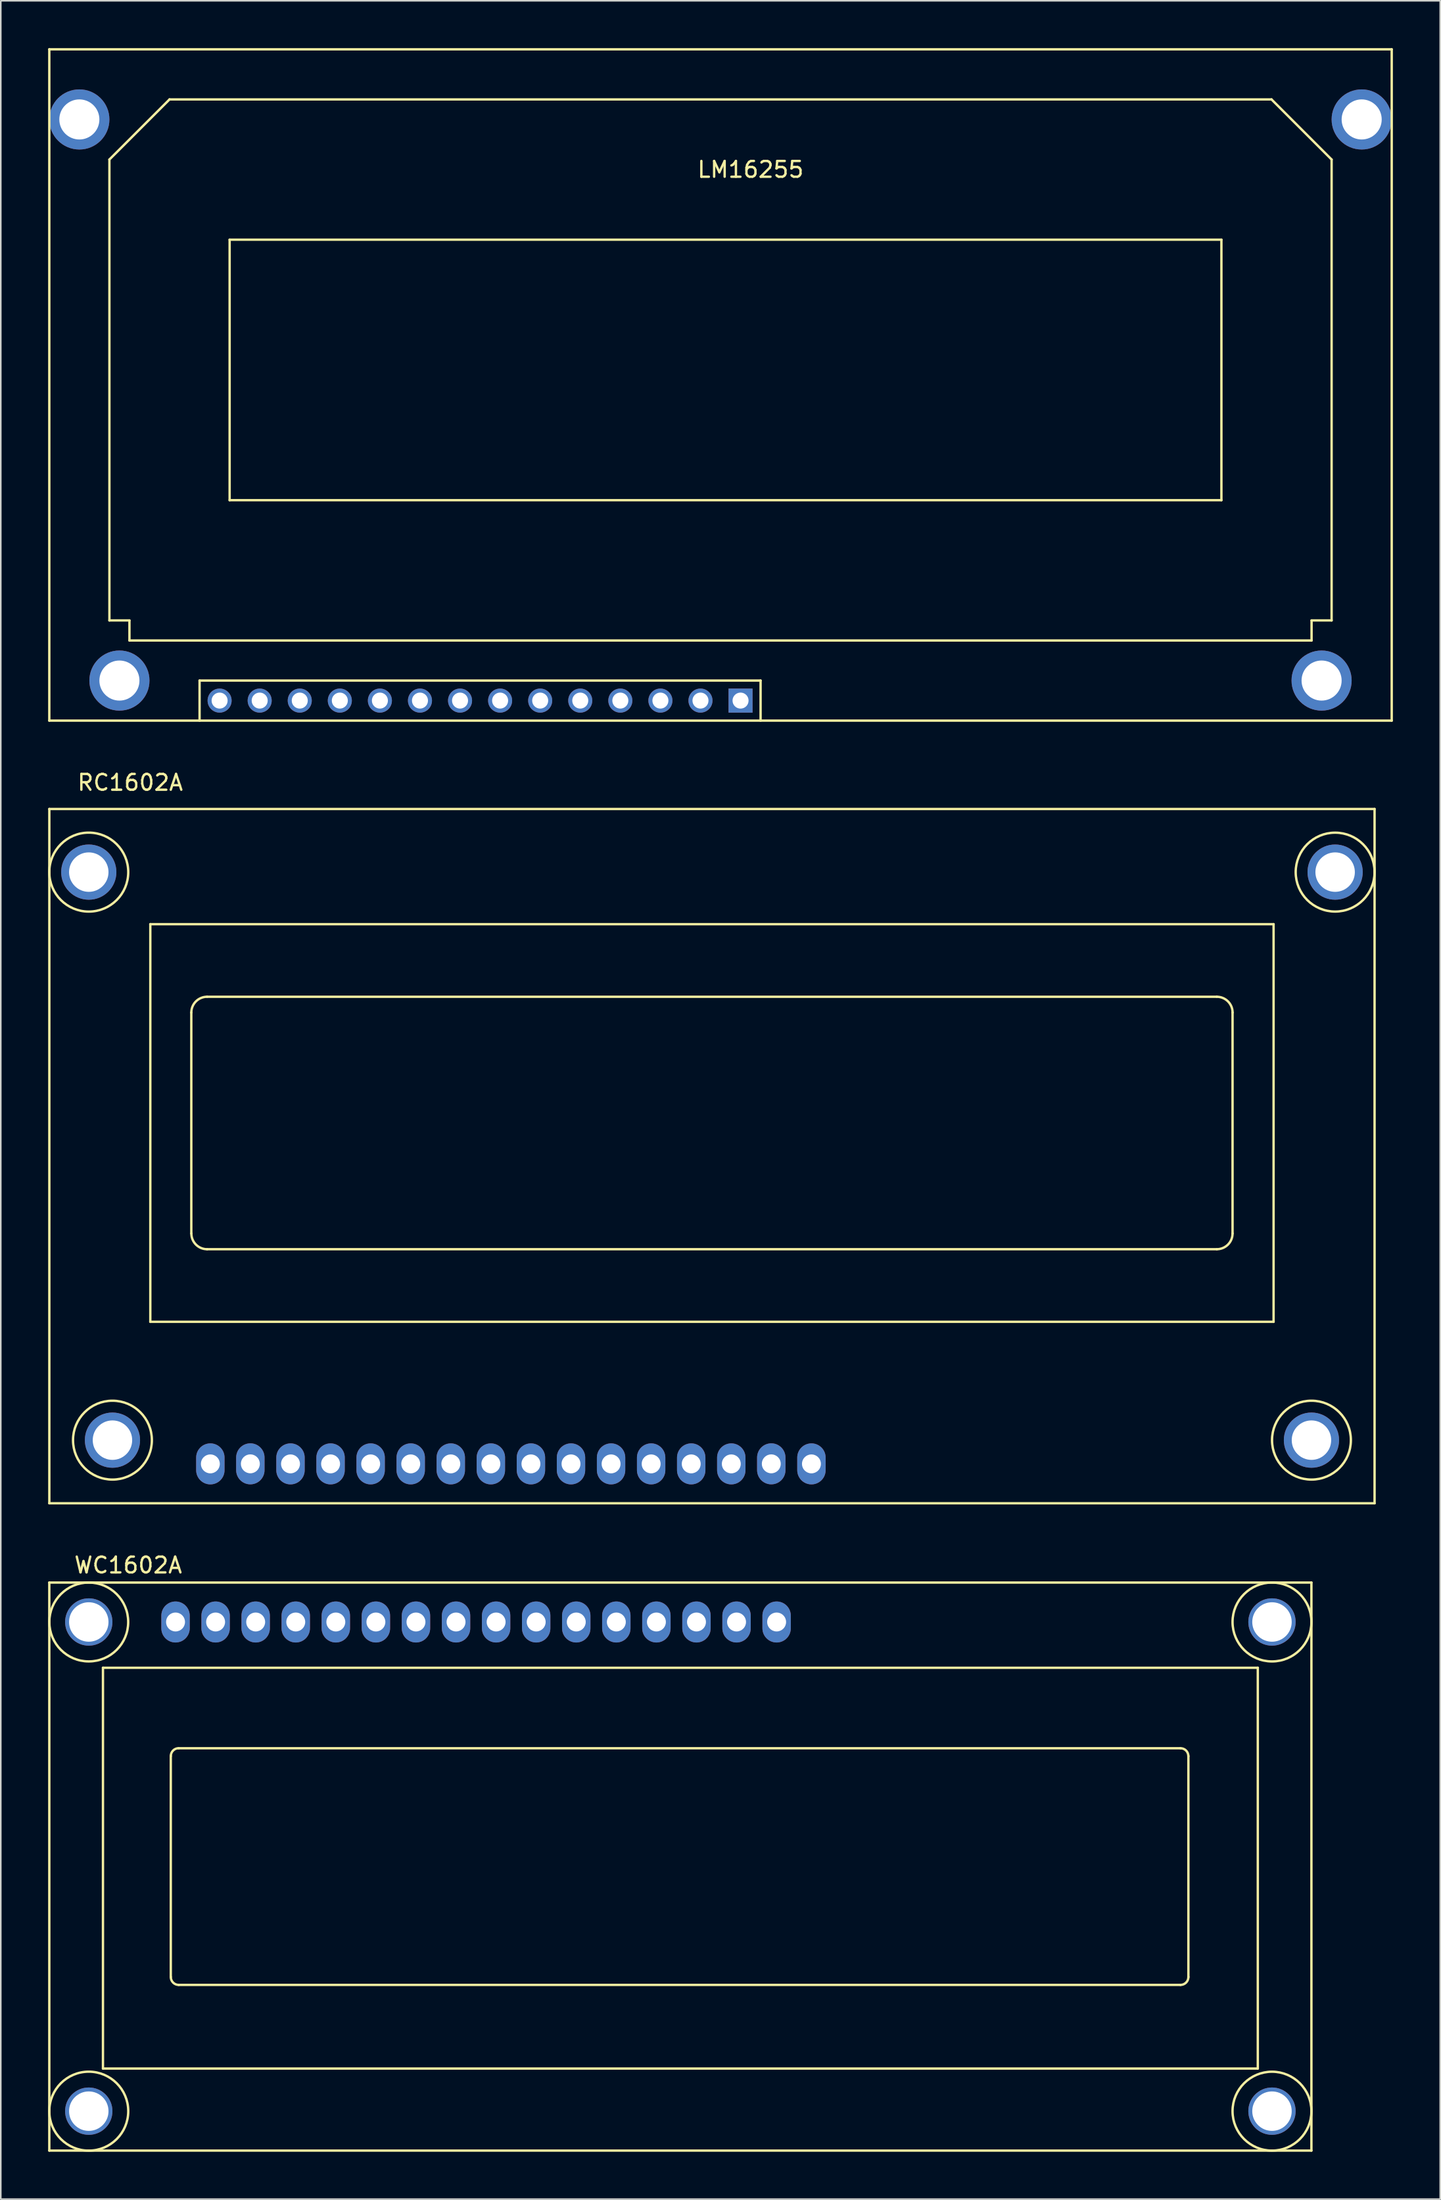
<source format=kicad_pcb>
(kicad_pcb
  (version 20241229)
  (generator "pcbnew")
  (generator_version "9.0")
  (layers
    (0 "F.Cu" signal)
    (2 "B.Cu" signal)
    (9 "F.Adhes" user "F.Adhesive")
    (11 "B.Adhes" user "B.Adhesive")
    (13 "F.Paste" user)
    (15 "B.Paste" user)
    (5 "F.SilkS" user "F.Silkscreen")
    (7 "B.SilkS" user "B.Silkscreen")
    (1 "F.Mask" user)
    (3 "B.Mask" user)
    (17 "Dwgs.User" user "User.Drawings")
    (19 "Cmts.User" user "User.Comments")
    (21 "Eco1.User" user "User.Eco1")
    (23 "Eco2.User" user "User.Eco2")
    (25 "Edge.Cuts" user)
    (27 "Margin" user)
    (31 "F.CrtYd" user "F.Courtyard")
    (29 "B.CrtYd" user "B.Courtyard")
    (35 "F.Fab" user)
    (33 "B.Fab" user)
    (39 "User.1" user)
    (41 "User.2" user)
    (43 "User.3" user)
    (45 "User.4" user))
  (footprint "WC1602A"
    (layer "F.Cu")
    (at 8.076 99.743)
    (property "Reference" "WC1602A" (at -3 -3.599 0) (layer "F.SilkS") (effects (font (size 1 1) (thickness 0.15))))
    (attr through_hole)
    (fp_line (start -8.001 -2.499) (end 71.999 -2.499) (stroke (width 0.15) (type solid)) (layer "F.SilkS"))
    (fp_line (start -8.001 33.5) (end -8.001 -2.499) (stroke (width 0.15) (type solid)) (layer "F.SilkS"))
    (fp_line (start -4.6 2.901) (end 68.6 2.901) (stroke (width 0.15) (type solid)) (layer "F.SilkS"))
    (fp_line (start -4.6 28.301) (end -4.6 2.901) (stroke (width 0.15) (type solid)) (layer "F.SilkS"))
    (fp_line (start -0.3 22.499) (end -0.3 8.499) (stroke (width 0.15) (type solid)) (layer "F.SilkS"))
    (fp_line (start 0.201 8.001) (end 63.701 8.001) (stroke (width 0.15) (type solid)) (layer "F.SilkS"))
    (fp_line (start 63.701 23) (end 0.201 23) (stroke (width 0.15) (type solid)) (layer "F.SilkS"))
    (fp_line (start 64.201 8.499) (end 64.201 22.499) (stroke (width 0.15) (type solid)) (layer "F.SilkS"))
    (fp_line (start 68.6 2.901) (end 68.6 28.301) (stroke (width 0.15) (type solid)) (layer "F.SilkS"))
    (fp_line (start 68.6 28.301) (end -4.6 28.301) (stroke (width 0.15) (type solid)) (layer "F.SilkS"))
    (fp_line (start 71.999 -2.499) (end 71.999 33.5) (stroke (width 0.15) (type solid)) (layer "F.SilkS"))
    (fp_line (start 71.999 33.5) (end -8.001 33.5) (stroke (width 0.15) (type solid)) (layer "F.SilkS"))
    (fp_arc (start -0.29972 8.49884) (mid -0.153162 8.145018) (end 0.20066 7.99846) (stroke (width 0.15) (type solid)) (layer "F.SilkS"))
    (fp_arc (start 0.20066 22.9997) (mid -0.153162 22.853142) (end -0.29972 22.49932) (stroke (width 0.15) (type solid)) (layer "F.SilkS"))
    (fp_arc (start 63.70066 8.001) (mid 64.052686 8.146814) (end 64.1985 8.49884) (stroke (width 0.15) (type solid)) (layer "F.SilkS"))
    (fp_arc (start 64.20104 22.49932) (mid 64.054482 22.853142) (end 63.70066 22.9997) (stroke (width 0.15) (type solid)) (layer "F.SilkS"))
    (fp_circle (center -5.499 0) (end -3 0) (stroke (width 0.15) (type solid)) (fill no) (layer "F.SilkS"))
    (fp_circle (center -5.499 31.001) (end -8.001 31.001) (stroke (width 0.15) (type solid)) (fill no) (layer "F.SilkS"))
    (fp_circle (center 69.499 0) (end 71.999 0) (stroke (width 0.15) (type solid)) (fill no) (layer "F.SilkS"))
    (fp_circle (center 69.499 31.001) (end 71.999 31.001) (stroke (width 0.15) (type solid)) (fill no) (layer "F.SilkS"))
    (pad "0" thru_hole circle (at -5.499 0) (size 3 3) (drill 2.5) (layers "*.Cu" "*.Mask"))
    (pad "0" thru_hole circle (at -5.499 31.001) (size 3 3) (drill 2.5) (layers "*.Cu" "*.Mask"))
    (pad "0" thru_hole circle (at 69.499 0) (size 3 3) (drill 2.5) (layers "*.Cu" "*.Mask"))
    (pad "0" thru_hole circle (at 69.499 31.001) (size 3 3) (drill 2.5) (layers "*.Cu" "*.Mask"))
    (pad "1" thru_hole oval (at 0 0) (size 1.8 2.6) (drill 1.2) (layers "*.Cu" "*.Mask"))
    (pad "2" thru_hole oval (at 2.54 0) (size 1.8 2.6) (drill 1.2) (layers "*.Cu" "*.Mask"))
    (pad "3" thru_hole oval (at 5.08 0) (size 1.8 2.6) (drill 1.2) (layers "*.Cu" "*.Mask"))
    (pad "4" thru_hole oval (at 7.62 0) (size 1.8 2.6) (drill 1.2) (layers "*.Cu" "*.Mask"))
    (pad "5" thru_hole oval (at 10.16 0) (size 1.8 2.6) (drill 1.2) (layers "*.Cu" "*.Mask"))
    (pad "6" thru_hole oval (at 12.7 0) (size 1.8 2.6) (drill 1.2) (layers "*.Cu" "*.Mask"))
    (pad "7" thru_hole oval (at 15.24 0) (size 1.8 2.6) (drill 1.2) (layers "*.Cu" "*.Mask"))
    (pad "8" thru_hole oval (at 17.78 0) (size 1.8 2.6) (drill 1.2) (layers "*.Cu" "*.Mask"))
    (pad "9" thru_hole oval (at 20.32 0) (size 1.8 2.6) (drill 1.2) (layers "*.Cu" "*.Mask"))
    (pad "10" thru_hole oval (at 22.86 0) (size 1.8 2.6) (drill 1.2) (layers "*.Cu" "*.Mask"))
    (pad "11" thru_hole oval (at 25.4 0) (size 1.8 2.6) (drill 1.2) (layers "*.Cu" "*.Mask"))
    (pad "12" thru_hole oval (at 27.94 0) (size 1.8 2.6) (drill 1.2) (layers "*.Cu" "*.Mask"))
    (pad "13" thru_hole oval (at 30.48 0) (size 1.8 2.6) (drill 1.2) (layers "*.Cu" "*.Mask"))
    (pad "14" thru_hole oval (at 33.02 0) (size 1.8 2.6) (drill 1.2) (layers "*.Cu" "*.Mask"))
    (pad "15" thru_hole oval (at 35.56 0) (size 1.8 2.6) (drill 1.2) (layers "*.Cu" "*.Mask"))
    (pad "16" thru_hole oval (at 38.1 0) (size 1.8 2.6) (drill 1.2) (layers "*.Cu" "*.Mask")))
  (footprint "RC1602A"
    (layer "F.Cu")
    (at 43.303 89.723)
    (property "Reference" "RC1602A" (at -38.1 -43.18 0) (layer "F.SilkS") (effects (font (size 1 1) (thickness 0.15))))
    (attr through_hole)
    (fp_line (start -43.226 -41.504) (end -43.226 2.497) (stroke (width 0.15) (type solid)) (layer "F.SilkS"))
    (fp_line (start -36.825 -34.204) (end 34.374 -34.204) (stroke (width 0.15) (type solid)) (layer "F.SilkS"))
    (fp_line (start -36.825 -9.004) (end -36.825 -34.204) (stroke (width 0.15) (type solid)) (layer "F.SilkS"))
    (fp_line (start -34.227 -14.602) (end -34.227 -28.603) (stroke (width 0.15) (type solid)) (layer "F.SilkS"))
    (fp_line (start -33.226 -29.604) (end 30.775 -29.604) (stroke (width 0.15) (type solid)) (layer "F.SilkS"))
    (fp_line (start 30.775 -13.604) (end -33.226 -13.604) (stroke (width 0.15) (type solid)) (layer "F.SilkS"))
    (fp_line (start 31.773 -28.603) (end 31.773 -14.602) (stroke (width 0.15) (type solid)) (layer "F.SilkS"))
    (fp_line (start 34.374 -34.204) (end 34.374 -9.004) (stroke (width 0.15) (type solid)) (layer "F.SilkS"))
    (fp_line (start 34.374 -9.004) (end -36.825 -9.004) (stroke (width 0.15) (type solid)) (layer "F.SilkS"))
    (fp_line (start 40.775 -41.504) (end -43.226 -41.504) (stroke (width 0.15) (type solid)) (layer "F.SilkS"))
    (fp_line (start 40.775 -41.504) (end 40.775 2.497) (stroke (width 0.15) (type solid)) (layer "F.SilkS"))
    (fp_line (start 40.775 2.497) (end -43.226 2.497) (stroke (width 0.15) (type solid)) (layer "F.SilkS"))
    (fp_arc (start -34.2265 -28.60294) (mid -33.933384 -29.310584) (end -33.22574 -29.6037) (stroke (width 0.15) (type solid)) (layer "F.SilkS"))
    (fp_arc (start -33.22574 -13.60424) (mid -33.931588 -13.896612) (end -34.22396 -14.60246) (stroke (width 0.15) (type solid)) (layer "F.SilkS"))
    (fp_arc (start 30.77464 -29.6037) (mid 31.482284 -29.310584) (end 31.7754 -28.60294) (stroke (width 0.15) (type solid)) (layer "F.SilkS"))
    (fp_arc (start 31.77286 -14.60246) (mid 31.480488 -13.896612) (end 30.77464 -13.60424) (stroke (width 0.15) (type solid)) (layer "F.SilkS"))
    (fp_circle (center -40.726 -37.503) (end -38.224 -37.503) (stroke (width 0.15) (type solid)) (fill no) (layer "F.SilkS"))
    (fp_circle (center -39.225 -1.504) (end -36.726 -1.504) (stroke (width 0.15) (type solid)) (fill no) (layer "F.SilkS"))
    (fp_circle (center 36.774 -1.504) (end 39.273 -1.504) (stroke (width 0.15) (type solid)) (fill no) (layer "F.SilkS"))
    (fp_circle (center 38.275 -37.503) (end 40.775 -37.503) (stroke (width 0.15) (type solid)) (fill no) (layer "F.SilkS"))
    (pad "0" thru_hole circle (at -40.726 -37.503) (size 3.5 3.5) (drill 2.5) (layers "*.Cu" "*.Mask"))
    (pad "0" thru_hole circle (at -39.225 -1.504) (size 3.5 3.5) (drill 2.5) (layers "*.Cu" "*.Mask"))
    (pad "0" thru_hole circle (at 36.774 -1.504) (size 3.5 3.5) (drill 2.5) (layers "*.Cu" "*.Mask"))
    (pad "0" thru_hole circle (at 38.275 -37.503) (size 3.5 3.5) (drill 2.5) (layers "*.Cu" "*.Mask"))
    (pad "1" thru_hole oval (at 0 0) (size 1.8 2.6) (drill 1.2) (layers "*.Cu" "*.Mask"))
    (pad "2" thru_hole oval (at -2.54 0) (size 1.8 2.6) (drill 1.2) (layers "*.Cu" "*.Mask"))
    (pad "3" thru_hole oval (at -5.08 0) (size 1.8 2.6) (drill 1.2) (layers "*.Cu" "*.Mask"))
    (pad "4" thru_hole oval (at -7.62 0) (size 1.8 2.6) (drill 1.2) (layers "*.Cu" "*.Mask"))
    (pad "5" thru_hole oval (at -10.16 0) (size 1.8 2.6) (drill 1.2) (layers "*.Cu" "*.Mask"))
    (pad "6" thru_hole oval (at -12.7 0) (size 1.8 2.6) (drill 1.2) (layers "*.Cu" "*.Mask"))
    (pad "7" thru_hole oval (at -15.24 0) (size 1.8 2.6) (drill 1.2) (layers "*.Cu" "*.Mask"))
    (pad "8" thru_hole oval (at -17.78 0) (size 1.8 2.6) (drill 1.2) (layers "*.Cu" "*.Mask"))
    (pad "9" thru_hole oval (at -20.32 0) (size 1.8 2.6) (drill 1.2) (layers "*.Cu" "*.Mask"))
    (pad "10" thru_hole oval (at -22.86 0) (size 1.8 2.6) (drill 1.2) (layers "*.Cu" "*.Mask"))
    (pad "11" thru_hole oval (at -25.4 0) (size 1.8 2.6) (drill 1.2) (layers "*.Cu" "*.Mask"))
    (pad "12" thru_hole oval (at -27.94 0) (size 1.8 2.6) (drill 1.2) (layers "*.Cu" "*.Mask"))
    (pad "13" thru_hole oval (at -30.485 -0.003) (size 1.8 2.6) (drill 1.2) (layers "*.Cu" "*.Mask"))
    (pad "14" thru_hole oval (at -33.02 0) (size 1.8 2.6) (drill 1.2) (layers "*.Cu" "*.Mask"))
    (pad "15" thru_hole oval (at 5.08 0) (size 1.8 2.6) (drill 1.2) (layers "*.Cu" "*.Mask"))
    (pad "16" thru_hole oval (at 2.535 -0.003) (size 1.8 2.6) (drill 1.2) (layers "*.Cu" "*.Mask")))
  (footprint "LM16255"
    (layer "F.Cu")
    (at 27.38 41.35)
    (property "Reference" "LM16255" (at 17.145 -33.655 0) (layer "F.SilkS") (effects (font (size 1 1) (thickness 0.15))))
    (attr through_hole)
    (fp_line (start -27.305 -41.275) (end 57.785 -41.275) (stroke (width 0.15) (type solid)) (layer "F.SilkS"))
    (fp_line (start -27.305 1.27) (end -27.305 -41.275) (stroke (width 0.15) (type solid)) (layer "F.SilkS"))
    (fp_line (start -23.495 -34.29) (end -19.685 -38.1) (stroke (width 0.15) (type solid)) (layer "F.SilkS"))
    (fp_line (start -23.495 -5.08) (end -23.495 -34.29) (stroke (width 0.15) (type solid)) (layer "F.SilkS"))
    (fp_line (start -22.225 -5.08) (end -23.495 -5.08) (stroke (width 0.15) (type solid)) (layer "F.SilkS"))
    (fp_line (start -22.225 -3.81) (end -22.225 -5.08) (stroke (width 0.15) (type solid)) (layer "F.SilkS"))
    (fp_line (start -19.685 -38.1) (end 50.165 -38.1) (stroke (width 0.15) (type solid)) (layer "F.SilkS"))
    (fp_line (start -17.78 -1.27) (end 17.78 -1.27) (stroke (width 0.15) (type solid)) (layer "F.SilkS"))
    (fp_line (start -17.78 1.27) (end -17.78 -1.27) (stroke (width 0.15) (type solid)) (layer "F.SilkS"))
    (fp_line (start -15.875 -29.21) (end 46.99 -29.21) (stroke (width 0.15) (type solid)) (layer "F.SilkS"))
    (fp_line (start -15.875 -12.7) (end -15.875 -29.21) (stroke (width 0.15) (type solid)) (layer "F.SilkS"))
    (fp_line (start 17.78 -1.27) (end 17.78 1.27) (stroke (width 0.15) (type solid)) (layer "F.SilkS"))
    (fp_line (start 46.99 -29.21) (end 46.99 -12.7) (stroke (width 0.15) (type solid)) (layer "F.SilkS"))
    (fp_line (start 46.99 -12.7) (end -15.875 -12.7) (stroke (width 0.15) (type solid)) (layer "F.SilkS"))
    (fp_line (start 50.165 -38.1) (end 53.975 -34.29) (stroke (width 0.15) (type solid)) (layer "F.SilkS"))
    (fp_line (start 52.705 -5.08) (end 52.705 -3.81) (stroke (width 0.15) (type solid)) (layer "F.SilkS"))
    (fp_line (start 52.705 -3.81) (end -22.225 -3.81) (stroke (width 0.15) (type solid)) (layer "F.SilkS"))
    (fp_line (start 53.975 -34.29) (end 53.975 -5.08) (stroke (width 0.15) (type solid)) (layer "F.SilkS"))
    (fp_line (start 53.975 -5.08) (end 52.705 -5.08) (stroke (width 0.15) (type solid)) (layer "F.SilkS"))
    (fp_line (start 57.785 -41.275) (end 57.785 1.27) (stroke (width 0.15) (type solid)) (layer "F.SilkS"))
    (fp_line (start 57.785 1.27) (end -27.305 1.27) (stroke (width 0.15) (type solid)) (layer "F.SilkS"))
    (pad "1" thru_hole rect (at 16.51 0) (size 1.524 1.524) (drill 1.016) (layers "*.Cu" "*.Mask"))
    (pad "2" thru_hole circle (at 13.97 0) (size 1.524 1.524) (drill 1.016) (layers "*.Cu" "*.Mask"))
    (pad "3" thru_hole circle (at 11.43 0) (size 1.524 1.524) (drill 1.016) (layers "*.Cu" "*.Mask"))
    (pad "4" thru_hole circle (at 8.89 0) (size 1.524 1.524) (drill 1.016) (layers "*.Cu" "*.Mask"))
    (pad "5" thru_hole circle (at 6.35 0) (size 1.524 1.524) (drill 1.016) (layers "*.Cu" "*.Mask"))
    (pad "6" thru_hole circle (at 3.81 0) (size 1.524 1.524) (drill 1.016) (layers "*.Cu" "*.Mask"))
    (pad "7" thru_hole circle (at 1.27 0) (size 1.524 1.524) (drill 1.016) (layers "*.Cu" "*.Mask"))
    (pad "8" thru_hole circle (at -1.27 0) (size 1.524 1.524) (drill 1.016) (layers "*.Cu" "*.Mask"))
    (pad "9" thru_hole circle (at -3.81 0) (size 1.524 1.524) (drill 1.016) (layers "*.Cu" "*.Mask"))
    (pad "10" thru_hole circle (at -6.35 0) (size 1.524 1.524) (drill 1.016) (layers "*.Cu" "*.Mask"))
    (pad "11" thru_hole circle (at -8.89 0) (size 1.524 1.524) (drill 1.016) (layers "*.Cu" "*.Mask"))
    (pad "12" thru_hole circle (at -11.43 0) (size 1.524 1.524) (drill 1.016) (layers "*.Cu" "*.Mask"))
    (pad "13" thru_hole circle (at -13.97 0) (size 1.524 1.524) (drill 1.016) (layers "*.Cu" "*.Mask"))
    (pad "14" thru_hole circle (at -16.51 0) (size 1.524 1.524) (drill 1.016) (layers "*.Cu" "*.Mask"))
    (pad "HOLE" thru_hole circle (at -25.4 -36.83) (size 3.81 3.81) (drill 2.54) (layers "*.Cu" "*.Mask"))
    (pad "HOLE" thru_hole circle (at -22.86 -1.27) (size 3.81 3.81) (drill 2.54) (layers "*.Cu" "*.Mask"))
    (pad "HOLE" thru_hole circle (at 53.34 -1.27) (size 3.81 3.81) (drill 2.54) (layers "*.Cu" "*.Mask"))
    (pad "HOLE" thru_hole circle (at 55.88 -36.83) (size 3.81 3.81) (drill 2.54) (layers "*.Cu" "*.Mask")))
  (gr_rect
    (start -3 -3)
    (end 88.24 136.32)
    (stroke (width 0.1) (type default))
    (fill no)
    (layer "Edge.Cuts")))
</source>
